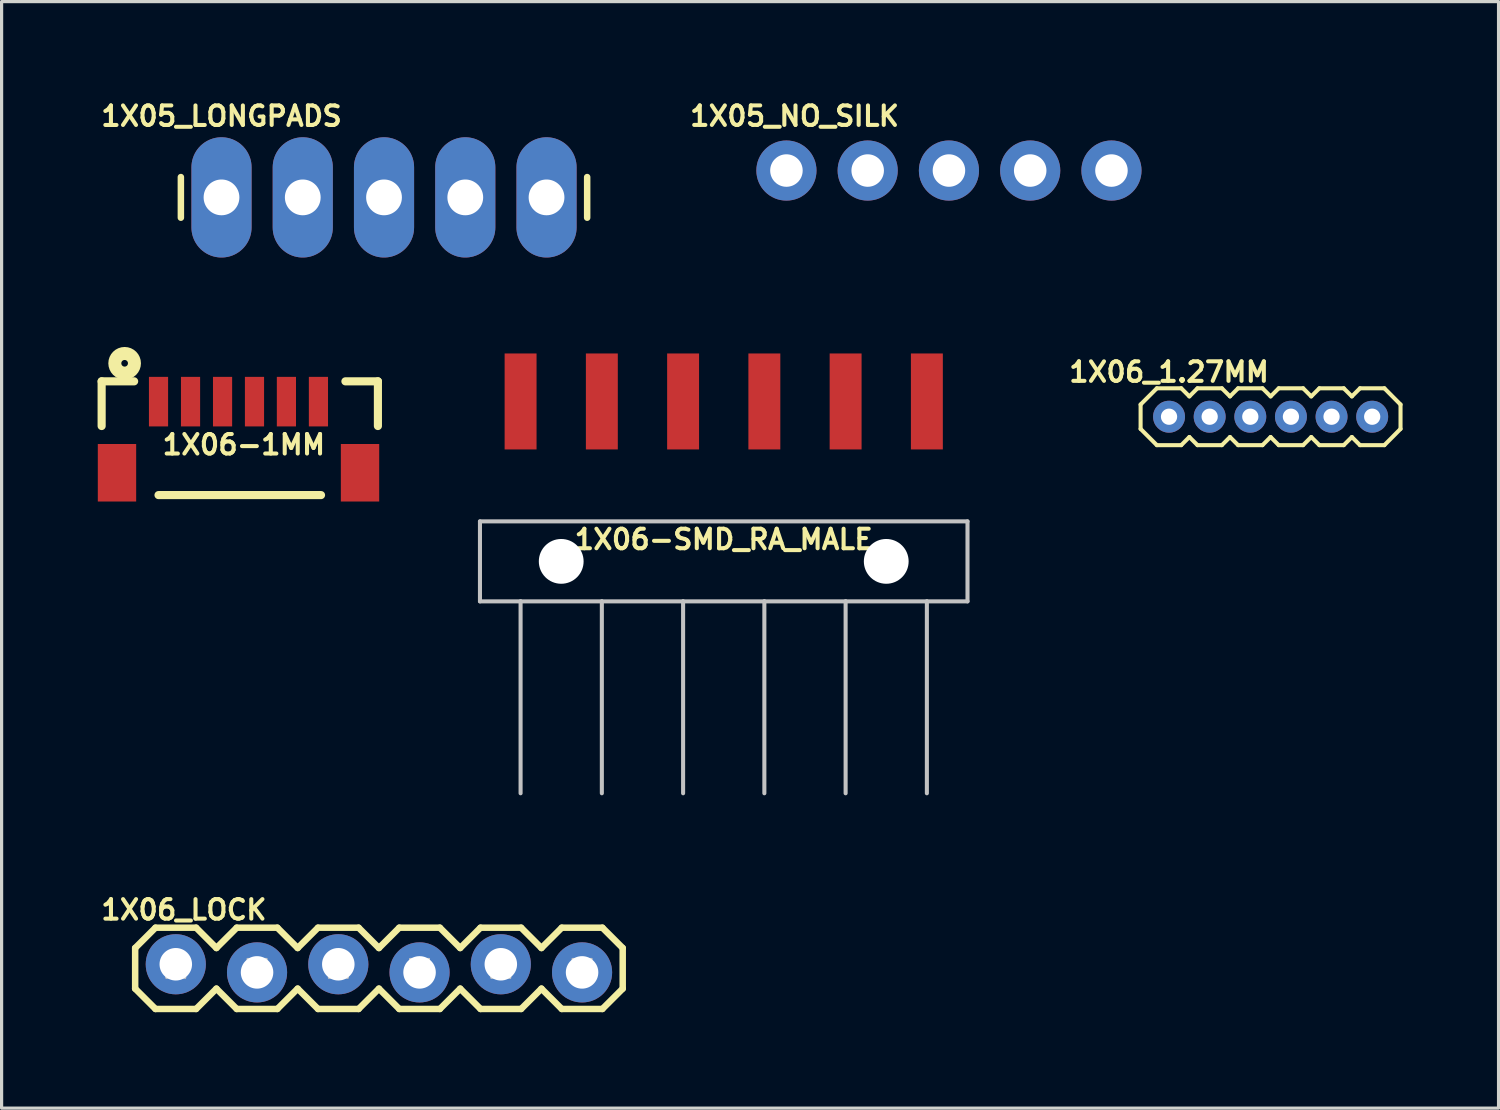
<source format=kicad_pcb>
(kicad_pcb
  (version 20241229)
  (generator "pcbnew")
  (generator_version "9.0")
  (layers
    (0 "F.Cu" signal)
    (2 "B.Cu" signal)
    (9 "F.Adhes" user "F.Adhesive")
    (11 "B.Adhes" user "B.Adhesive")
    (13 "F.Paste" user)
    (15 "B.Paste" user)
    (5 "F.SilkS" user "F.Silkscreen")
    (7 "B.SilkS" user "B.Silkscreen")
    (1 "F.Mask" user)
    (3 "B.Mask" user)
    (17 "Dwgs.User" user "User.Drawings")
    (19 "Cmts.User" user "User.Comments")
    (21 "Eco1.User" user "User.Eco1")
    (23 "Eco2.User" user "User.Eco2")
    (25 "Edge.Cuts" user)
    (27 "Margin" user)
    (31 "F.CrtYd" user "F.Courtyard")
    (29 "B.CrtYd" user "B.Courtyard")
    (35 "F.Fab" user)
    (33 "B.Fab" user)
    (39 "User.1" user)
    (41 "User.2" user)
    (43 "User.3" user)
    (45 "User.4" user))
  (footprint "1X06_LOCK"
    (layer "F.Cu")
    (at 2.445 27.092)
    (property "Reference" "1X06_LOCK" (at 0.254 -1.702 0) (layer "F.SilkS") (effects (font (size 0.61 0.61) (thickness 0.127))))
    (attr exclude_from_pos_files exclude_from_bom)
    (fp_line (start -1.27 -0.508) (end -0.635 -1.143) (stroke (width 0.203) (type solid)) (layer "F.SilkS"))
    (fp_line (start -1.27 0.762) (end -1.27 -0.508) (stroke (width 0.203) (type solid)) (layer "F.SilkS"))
    (fp_line (start -0.635 -1.143) (end 0.635 -1.143) (stroke (width 0.203) (type solid)) (layer "F.SilkS"))
    (fp_line (start -0.635 1.397) (end -1.27 0.762) (stroke (width 0.203) (type solid)) (layer "F.SilkS"))
    (fp_line (start 0.635 -1.143) (end 1.27 -0.508) (stroke (width 0.203) (type solid)) (layer "F.SilkS"))
    (fp_line (start 0.635 1.397) (end -0.635 1.397) (stroke (width 0.203) (type solid)) (layer "F.SilkS"))
    (fp_line (start 1.27 -0.508) (end 1.905 -1.143) (stroke (width 0.203) (type solid)) (layer "F.SilkS"))
    (fp_line (start 1.27 0.762) (end 0.635 1.397) (stroke (width 0.203) (type solid)) (layer "F.SilkS"))
    (fp_line (start 1.905 -1.143) (end 3.175 -1.143) (stroke (width 0.203) (type solid)) (layer "F.SilkS"))
    (fp_line (start 1.905 1.397) (end 1.27 0.762) (stroke (width 0.203) (type solid)) (layer "F.SilkS"))
    (fp_line (start 3.175 -1.143) (end 3.81 -0.508) (stroke (width 0.203) (type solid)) (layer "F.SilkS"))
    (fp_line (start 3.175 1.397) (end 1.905 1.397) (stroke (width 0.203) (type solid)) (layer "F.SilkS"))
    (fp_line (start 3.81 -0.508) (end 4.445 -1.143) (stroke (width 0.203) (type solid)) (layer "F.SilkS"))
    (fp_line (start 3.81 0.762) (end 3.175 1.397) (stroke (width 0.203) (type solid)) (layer "F.SilkS"))
    (fp_line (start 4.445 -1.143) (end 5.715 -1.143) (stroke (width 0.203) (type solid)) (layer "F.SilkS"))
    (fp_line (start 4.445 1.397) (end 3.81 0.762) (stroke (width 0.203) (type solid)) (layer "F.SilkS"))
    (fp_line (start 5.715 -1.143) (end 6.35 -0.508) (stroke (width 0.203) (type solid)) (layer "F.SilkS"))
    (fp_line (start 5.715 1.397) (end 4.445 1.397) (stroke (width 0.203) (type solid)) (layer "F.SilkS"))
    (fp_line (start 6.35 -0.508) (end 6.985 -1.143) (stroke (width 0.203) (type solid)) (layer "F.SilkS"))
    (fp_line (start 6.35 0.762) (end 5.715 1.397) (stroke (width 0.203) (type solid)) (layer "F.SilkS"))
    (fp_line (start 6.985 -1.143) (end 8.255 -1.143) (stroke (width 0.203) (type solid)) (layer "F.SilkS"))
    (fp_line (start 6.985 1.397) (end 6.35 0.762) (stroke (width 0.203) (type solid)) (layer "F.SilkS"))
    (fp_line (start 8.255 -1.143) (end 8.89 -0.508) (stroke (width 0.203) (type solid)) (layer "F.SilkS"))
    (fp_line (start 8.255 1.397) (end 6.985 1.397) (stroke (width 0.203) (type solid)) (layer "F.SilkS"))
    (fp_line (start 8.89 -0.508) (end 9.525 -1.143) (stroke (width 0.203) (type solid)) (layer "F.SilkS"))
    (fp_line (start 8.89 0.762) (end 8.255 1.397) (stroke (width 0.203) (type solid)) (layer "F.SilkS"))
    (fp_line (start 9.525 -1.143) (end 10.795 -1.143) (stroke (width 0.203) (type solid)) (layer "F.SilkS"))
    (fp_line (start 9.525 1.397) (end 8.89 0.762) (stroke (width 0.203) (type solid)) (layer "F.SilkS"))
    (fp_line (start 10.795 -1.143) (end 11.43 -0.508) (stroke (width 0.203) (type solid)) (layer "F.SilkS"))
    (fp_line (start 10.795 1.397) (end 9.525 1.397) (stroke (width 0.203) (type solid)) (layer "F.SilkS"))
    (fp_line (start 11.43 -0.508) (end 12.065 -1.143) (stroke (width 0.203) (type solid)) (layer "F.SilkS"))
    (fp_line (start 11.43 0.762) (end 10.795 1.397) (stroke (width 0.203) (type solid)) (layer "F.SilkS"))
    (fp_line (start 12.065 -1.143) (end 13.335 -1.143) (stroke (width 0.203) (type solid)) (layer "F.SilkS"))
    (fp_line (start 12.065 1.397) (end 11.43 0.762) (stroke (width 0.203) (type solid)) (layer "F.SilkS"))
    (fp_line (start 13.335 -1.143) (end 13.97 -0.508) (stroke (width 0.203) (type solid)) (layer "F.SilkS"))
    (fp_line (start 13.335 1.397) (end 12.065 1.397) (stroke (width 0.203) (type solid)) (layer "F.SilkS"))
    (fp_line (start 13.97 -0.508) (end 13.97 0.762) (stroke (width 0.203) (type solid)) (layer "F.SilkS"))
    (fp_line (start 13.97 0.762) (end 13.335 1.397) (stroke (width 0.203) (type solid)) (layer "F.SilkS"))
    (fp_line (start -0.292 -0.165) (end 0.292 -0.165) (stroke (width 0.066) (type solid)) (layer "Dwgs.User"))
    (fp_line (start -0.292 0.419) (end -0.292 -0.165) (stroke (width 0.066) (type solid)) (layer "Dwgs.User"))
    (fp_line (start -0.292 0.419) (end 0.292 0.419) (stroke (width 0.066) (type solid)) (layer "Dwgs.User"))
    (fp_line (start 0.292 0.419) (end 0.292 -0.165) (stroke (width 0.066) (type solid)) (layer "Dwgs.User"))
    (fp_line (start 2.248 -0.165) (end 2.832 -0.165) (stroke (width 0.066) (type solid)) (layer "Dwgs.User"))
    (fp_line (start 2.248 0.419) (end 2.248 -0.165) (stroke (width 0.066) (type solid)) (layer "Dwgs.User"))
    (fp_line (start 2.248 0.419) (end 2.832 0.419) (stroke (width 0.066) (type solid)) (layer "Dwgs.User"))
    (fp_line (start 2.832 0.419) (end 2.832 -0.165) (stroke (width 0.066) (type solid)) (layer "Dwgs.User"))
    (fp_line (start 4.788 -0.165) (end 5.372 -0.165) (stroke (width 0.066) (type solid)) (layer "Dwgs.User"))
    (fp_line (start 4.788 0.419) (end 4.788 -0.165) (stroke (width 0.066) (type solid)) (layer "Dwgs.User"))
    (fp_line (start 4.788 0.419) (end 5.372 0.419) (stroke (width 0.066) (type solid)) (layer "Dwgs.User"))
    (fp_line (start 5.372 0.419) (end 5.372 -0.165) (stroke (width 0.066) (type solid)) (layer "Dwgs.User"))
    (fp_line (start 7.328 -0.165) (end 7.912 -0.165) (stroke (width 0.066) (type solid)) (layer "Dwgs.User"))
    (fp_line (start 7.328 0.419) (end 7.328 -0.165) (stroke (width 0.066) (type solid)) (layer "Dwgs.User"))
    (fp_line (start 7.328 0.419) (end 7.912 0.419) (stroke (width 0.066) (type solid)) (layer "Dwgs.User"))
    (fp_line (start 7.912 0.419) (end 7.912 -0.165) (stroke (width 0.066) (type solid)) (layer "Dwgs.User"))
    (fp_line (start 9.868 -0.165) (end 10.452 -0.165) (stroke (width 0.066) (type solid)) (layer "Dwgs.User"))
    (fp_line (start 9.868 0.419) (end 9.868 -0.165) (stroke (width 0.066) (type solid)) (layer "Dwgs.User"))
    (fp_line (start 9.868 0.419) (end 10.452 0.419) (stroke (width 0.066) (type solid)) (layer "Dwgs.User"))
    (fp_line (start 10.452 0.419) (end 10.452 -0.165) (stroke (width 0.066) (type solid)) (layer "Dwgs.User"))
    (fp_line (start 12.408 -0.165) (end 12.992 -0.165) (stroke (width 0.066) (type solid)) (layer "Dwgs.User"))
    (fp_line (start 12.408 0.419) (end 12.408 -0.165) (stroke (width 0.066) (type solid)) (layer "Dwgs.User"))
    (fp_line (start 12.408 0.419) (end 12.992 0.419) (stroke (width 0.066) (type solid)) (layer "Dwgs.User"))
    (fp_line (start 12.992 0.419) (end 12.992 -0.165) (stroke (width 0.066) (type solid)) (layer "Dwgs.User"))
    (pad "1" thru_hole circle (at 0 0) (size 1.88 1.88) (drill 1.016) (layers "*.Cu" "*.Paste" "*.Mask"))
    (pad "2" thru_hole circle (at 2.54 0.254) (size 1.88 1.88) (drill 1.016) (layers "*.Cu" "*.Paste" "*.Mask"))
    (pad "3" thru_hole circle (at 5.08 0) (size 1.88 1.88) (drill 1.016) (layers "*.Cu" "*.Paste" "*.Mask"))
    (pad "4" thru_hole circle (at 7.62 0.254) (size 1.88 1.88) (drill 1.016) (layers "*.Cu" "*.Paste" "*.Mask"))
    (pad "5" thru_hole circle (at 10.16 0) (size 1.88 1.88) (drill 1.016) (layers "*.Cu" "*.Paste" "*.Mask"))
    (pad "6" thru_hole circle (at 12.7 0.254) (size 1.88 1.88) (drill 1.016) (layers "*.Cu" "*.Paste" "*.Mask")))
  (footprint "1X05_LONGPADS"
    (layer "F.Cu")
    (at 3.874 3.12)
    (property "Reference" "1X05_LONGPADS" (at 0 -2.54 0) (layer "F.SilkS") (effects (font (size 0.61 0.61) (thickness 0.127))))
    (attr exclude_from_pos_files exclude_from_bom)
    (fp_line (start -1.27 -0.635) (end -1.27 0.635) (stroke (width 0.203) (type solid)) (layer "F.SilkS"))
    (fp_line (start 11.43 -0.635) (end 11.43 0.635) (stroke (width 0.203) (type solid)) (layer "F.SilkS"))
    (pad "1" thru_hole oval (at 0 0 180) (size 1.88 3.759) (drill 1.118) (layers "*.Cu" "*.Paste" "*.Mask"))
    (pad "2" thru_hole oval (at 2.54 0 180) (size 1.88 3.759) (drill 1.118) (layers "*.Cu" "*.Paste" "*.Mask"))
    (pad "3" thru_hole oval (at 5.08 0 180) (size 1.88 3.759) (drill 1.118) (layers "*.Cu" "*.Paste" "*.Mask"))
    (pad "4" thru_hole oval (at 7.62 0 180) (size 1.88 3.759) (drill 1.118) (layers "*.Cu" "*.Paste" "*.Mask"))
    (pad "5" thru_hole oval (at 10.16 0 180) (size 1.88 3.759) (drill 1.118) (layers "*.Cu" "*.Paste" "*.Mask")))
  (footprint "1X06-SMD_RA_MALE"
    (layer "F.Cu")
    (at 19.573 14.498)
    (property "Reference" "1X06-SMD_RA_MALE" (at 0 -0.686 0) (layer "F.SilkS") (effects (font (size 0.61 0.61) (thickness 0.127))))
    (attr smd)
    (fp_line (start -7.62 -1.25) (end -7.62 1.25) (stroke (width 0.127) (type solid)) (layer "Dwgs.User"))
    (fp_line (start -7.62 1.25) (end -6.35 1.25) (stroke (width 0.127) (type solid)) (layer "Dwgs.User"))
    (fp_line (start -6.35 1.25) (end -6.35 7.249) (stroke (width 0.127) (type solid)) (layer "Dwgs.User"))
    (fp_line (start -6.35 1.25) (end -3.81 1.25) (stroke (width 0.127) (type solid)) (layer "Dwgs.User"))
    (fp_line (start -3.81 1.25) (end -3.81 7.249) (stroke (width 0.127) (type solid)) (layer "Dwgs.User"))
    (fp_line (start -3.81 1.25) (end -1.27 1.25) (stroke (width 0.127) (type solid)) (layer "Dwgs.User"))
    (fp_line (start -1.27 1.25) (end -1.27 7.249) (stroke (width 0.127) (type solid)) (layer "Dwgs.User"))
    (fp_line (start -1.27 1.25) (end 1.27 1.25) (stroke (width 0.127) (type solid)) (layer "Dwgs.User"))
    (fp_line (start 1.27 1.25) (end 1.27 7.249) (stroke (width 0.127) (type solid)) (layer "Dwgs.User"))
    (fp_line (start 1.27 1.25) (end 3.81 1.25) (stroke (width 0.127) (type solid)) (layer "Dwgs.User"))
    (fp_line (start 3.81 1.25) (end 3.81 7.249) (stroke (width 0.127) (type solid)) (layer "Dwgs.User"))
    (fp_line (start 3.81 1.25) (end 6.35 1.25) (stroke (width 0.127) (type solid)) (layer "Dwgs.User"))
    (fp_line (start 6.35 1.25) (end 6.35 7.249) (stroke (width 0.127) (type solid)) (layer "Dwgs.User"))
    (fp_line (start 6.35 1.25) (end 7.62 1.25) (stroke (width 0.127) (type solid)) (layer "Dwgs.User"))
    (fp_line (start 7.62 -1.25) (end -7.62 -1.25) (stroke (width 0.127) (type solid)) (layer "Dwgs.User"))
    (fp_line (start 7.62 1.25) (end 7.62 -1.25) (stroke (width 0.127) (type solid)) (layer "Dwgs.User"))
    (pad "" np_thru_hole circle (at -5.08 0) (size 1.4 1.4) (drill 1.4) (layers "*.Cu" "*.Mask"))
    (pad "" np_thru_hole circle (at 5.08 0) (size 1.4 1.4) (drill 1.4) (layers "*.Cu" "*.Mask"))
    (pad "1" smd rect (at -6.35 -4.999 90) (size 3 0.998) (layers "F.Cu" "F.Mask" "F.Paste"))
    (pad "2" smd rect (at -3.81 -4.999 90) (size 3 0.998) (layers "F.Cu" "F.Mask" "F.Paste"))
    (pad "3" smd rect (at -1.27 -4.999 90) (size 3 0.998) (layers "F.Cu" "F.Mask" "F.Paste"))
    (pad "4" smd rect (at 1.27 -4.999 90) (size 3 0.998) (layers "F.Cu" "F.Mask" "F.Paste"))
    (pad "5" smd rect (at 3.81 -4.999 90) (size 3 0.998) (layers "F.Cu" "F.Mask" "F.Paste"))
    (pad "6" smd rect (at 6.35 -4.999 90) (size 3 0.998) (layers "F.Cu" "F.Mask" "F.Paste")))
  (footprint "1X05_NO_SILK"
    (layer "F.Cu")
    (at 21.533 2.281)
    (property "Reference" "1X05_NO_SILK" (at 0.254 -1.702 0) (layer "F.SilkS") (effects (font (size 0.61 0.61) (thickness 0.127))))
    (attr exclude_from_pos_files exclude_from_bom)
    (fp_line (start -0.254 -0.254) (end 0.254 -0.254) (stroke (width 0.066) (type solid)) (layer "Dwgs.User"))
    (fp_line (start -0.254 0.254) (end -0.254 -0.254) (stroke (width 0.066) (type solid)) (layer "Dwgs.User"))
    (fp_line (start -0.254 0.254) (end 0.254 0.254) (stroke (width 0.066) (type solid)) (layer "Dwgs.User"))
    (fp_line (start 0.254 0.254) (end 0.254 -0.254) (stroke (width 0.066) (type solid)) (layer "Dwgs.User"))
    (fp_line (start 2.286 -0.254) (end 2.794 -0.254) (stroke (width 0.066) (type solid)) (layer "Dwgs.User"))
    (fp_line (start 2.286 0.254) (end 2.286 -0.254) (stroke (width 0.066) (type solid)) (layer "Dwgs.User"))
    (fp_line (start 2.286 0.254) (end 2.794 0.254) (stroke (width 0.066) (type solid)) (layer "Dwgs.User"))
    (fp_line (start 2.794 0.254) (end 2.794 -0.254) (stroke (width 0.066) (type solid)) (layer "Dwgs.User"))
    (fp_line (start 4.826 -0.254) (end 5.334 -0.254) (stroke (width 0.066) (type solid)) (layer "Dwgs.User"))
    (fp_line (start 4.826 0.254) (end 4.826 -0.254) (stroke (width 0.066) (type solid)) (layer "Dwgs.User"))
    (fp_line (start 4.826 0.254) (end 5.334 0.254) (stroke (width 0.066) (type solid)) (layer "Dwgs.User"))
    (fp_line (start 5.334 0.254) (end 5.334 -0.254) (stroke (width 0.066) (type solid)) (layer "Dwgs.User"))
    (fp_line (start 7.366 -0.254) (end 7.874 -0.254) (stroke (width 0.066) (type solid)) (layer "Dwgs.User"))
    (fp_line (start 7.366 0.254) (end 7.366 -0.254) (stroke (width 0.066) (type solid)) (layer "Dwgs.User"))
    (fp_line (start 7.366 0.254) (end 7.874 0.254) (stroke (width 0.066) (type solid)) (layer "Dwgs.User"))
    (fp_line (start 7.874 0.254) (end 7.874 -0.254) (stroke (width 0.066) (type solid)) (layer "Dwgs.User"))
    (fp_line (start 9.906 -0.254) (end 10.414 -0.254) (stroke (width 0.066) (type solid)) (layer "Dwgs.User"))
    (fp_line (start 9.906 0.254) (end 9.906 -0.254) (stroke (width 0.066) (type solid)) (layer "Dwgs.User"))
    (fp_line (start 9.906 0.254) (end 10.414 0.254) (stroke (width 0.066) (type solid)) (layer "Dwgs.User"))
    (fp_line (start 10.414 0.254) (end 10.414 -0.254) (stroke (width 0.066) (type solid)) (layer "Dwgs.User"))
    (pad "1" thru_hole circle (at 0 0) (size 1.88 1.88) (drill 1.016) (layers "*.Cu" "*.Paste" "*.Mask"))
    (pad "2" thru_hole circle (at 2.54 0) (size 1.88 1.88) (drill 1.016) (layers "*.Cu" "*.Paste" "*.Mask"))
    (pad "3" thru_hole circle (at 5.08 0) (size 1.88 1.88) (drill 1.016) (layers "*.Cu" "*.Paste" "*.Mask"))
    (pad "4" thru_hole circle (at 7.62 0) (size 1.88 1.88) (drill 1.016) (layers "*.Cu" "*.Paste" "*.Mask"))
    (pad "5" thru_hole circle (at 10.16 0) (size 1.88 1.88) (drill 1.016) (layers "*.Cu" "*.Paste" "*.Mask")))
  (footprint "1X06-1MM"
    (layer "F.Cu")
    (at 4.445 10.775)
    (property "Reference" "1X06-1MM" (at 0.127 0.076 0) (layer "F.SilkS") (effects (font (size 0.61 0.61) (thickness 0.127))))
    (attr smd)
    (fp_line (start -4.318 -1.905) (end -3.302 -1.905) (stroke (width 0.254) (type solid)) (layer "F.SilkS"))
    (fp_line (start -4.318 -0.508) (end -4.318 -1.905) (stroke (width 0.254) (type solid)) (layer "F.SilkS"))
    (fp_line (start -2.54 1.651) (end 2.54 1.651) (stroke (width 0.254) (type solid)) (layer "F.SilkS"))
    (fp_line (start 3.302 -1.905) (end 4.318 -1.905) (stroke (width 0.254) (type solid)) (layer "F.SilkS"))
    (fp_line (start 4.318 -1.905) (end 4.318 -0.508) (stroke (width 0.254) (type solid)) (layer "F.SilkS"))
    (fp_circle (center -3.599 -2.469) (end -3.599 -2.573) (stroke (width 0.406) (type solid)) (fill no) (layer "F.SilkS"))
    (pad "1" smd rect (at -2.54 -1.27) (size 0.599 1.549) (layers "F.Cu" "F.Mask" "F.Paste"))
    (pad "2" smd rect (at -1.539 -1.27) (size 0.599 1.549) (layers "F.Cu" "F.Mask" "F.Paste"))
    (pad "3" smd rect (at -0.538 -1.27) (size 0.599 1.549) (layers "F.Cu" "F.Mask" "F.Paste"))
    (pad "4" smd rect (at 0.46 -1.27) (size 0.599 1.549) (layers "F.Cu" "F.Mask" "F.Paste"))
    (pad "5" smd rect (at 1.458 -1.27) (size 0.599 1.549) (layers "F.Cu" "F.Mask" "F.Paste"))
    (pad "6" smd rect (at 2.459 -1.27) (size 0.599 1.549) (layers "F.Cu" "F.Mask" "F.Paste"))
    (pad "P$1" smd rect (at -3.838 0.953) (size 1.199 1.798) (layers "F.Cu" "F.Mask" "F.Paste"))
    (pad "P$2" smd rect (at 3.759 0.953) (size 1.199 1.798) (layers "F.Cu" "F.Mask" "F.Paste")))
  (footprint "1X06_1.27MM"
    (layer "F.Cu")
    (at 33.493 9.976)
    (property "Reference" "1X06_1.27MM" (at 0 -1.397 0) (layer "F.SilkS") (effects (font (size 0.61 0.61) (thickness 0.127))))
    (attr exclude_from_pos_files exclude_from_bom)
    (fp_line (start -0.889 -0.381) (end -0.889 0.381) (stroke (width 0.127) (type solid)) (layer "F.SilkS"))
    (fp_line (start -0.889 0.381) (end -0.381 0.889) (stroke (width 0.127) (type solid)) (layer "F.SilkS"))
    (fp_line (start -0.381 -0.889) (end -0.889 -0.381) (stroke (width 0.127) (type solid)) (layer "F.SilkS"))
    (fp_line (start -0.381 0.889) (end 0.381 0.889) (stroke (width 0.127) (type solid)) (layer "F.SilkS"))
    (fp_line (start 0.381 -0.889) (end -0.381 -0.889) (stroke (width 0.127) (type solid)) (layer "F.SilkS"))
    (fp_line (start 0.381 0.889) (end 0.635 0.635) (stroke (width 0.127) (type solid)) (layer "F.SilkS"))
    (fp_line (start 0.635 -0.635) (end 0.381 -0.889) (stroke (width 0.127) (type solid)) (layer "F.SilkS"))
    (fp_line (start 0.635 0.635) (end 0.889 0.889) (stroke (width 0.127) (type solid)) (layer "F.SilkS"))
    (fp_line (start 0.889 -0.889) (end 0.635 -0.635) (stroke (width 0.127) (type solid)) (layer "F.SilkS"))
    (fp_line (start 0.889 0.889) (end 1.651 0.889) (stroke (width 0.127) (type solid)) (layer "F.SilkS"))
    (fp_line (start 1.651 -0.889) (end 0.889 -0.889) (stroke (width 0.127) (type solid)) (layer "F.SilkS"))
    (fp_line (start 1.651 0.889) (end 1.905 0.635) (stroke (width 0.127) (type solid)) (layer "F.SilkS"))
    (fp_line (start 1.905 -0.635) (end 1.651 -0.889) (stroke (width 0.127) (type solid)) (layer "F.SilkS"))
    (fp_line (start 1.905 0.635) (end 2.159 0.889) (stroke (width 0.127) (type solid)) (layer "F.SilkS"))
    (fp_line (start 2.159 -0.889) (end 1.905 -0.635) (stroke (width 0.127) (type solid)) (layer "F.SilkS"))
    (fp_line (start 2.159 0.889) (end 2.921 0.889) (stroke (width 0.127) (type solid)) (layer "F.SilkS"))
    (fp_line (start 2.921 -0.889) (end 2.159 -0.889) (stroke (width 0.127) (type solid)) (layer "F.SilkS"))
    (fp_line (start 2.921 0.889) (end 3.175 0.635) (stroke (width 0.127) (type solid)) (layer "F.SilkS"))
    (fp_line (start 3.175 -0.635) (end 2.921 -0.889) (stroke (width 0.127) (type solid)) (layer "F.SilkS"))
    (fp_line (start 3.175 0.635) (end 3.429 0.889) (stroke (width 0.127) (type solid)) (layer "F.SilkS"))
    (fp_line (start 3.429 -0.889) (end 3.175 -0.635) (stroke (width 0.127) (type solid)) (layer "F.SilkS"))
    (fp_line (start 3.429 0.889) (end 4.191 0.889) (stroke (width 0.127) (type solid)) (layer "F.SilkS"))
    (fp_line (start 4.191 -0.889) (end 3.429 -0.889) (stroke (width 0.127) (type solid)) (layer "F.SilkS"))
    (fp_line (start 4.191 0.889) (end 4.445 0.635) (stroke (width 0.127) (type solid)) (layer "F.SilkS"))
    (fp_line (start 4.445 -0.635) (end 4.191 -0.889) (stroke (width 0.127) (type solid)) (layer "F.SilkS"))
    (fp_line (start 4.445 0.635) (end 4.699 0.889) (stroke (width 0.127) (type solid)) (layer "F.SilkS"))
    (fp_line (start 4.699 -0.889) (end 4.445 -0.635) (stroke (width 0.127) (type solid)) (layer "F.SilkS"))
    (fp_line (start 4.699 0.889) (end 5.461 0.889) (stroke (width 0.127) (type solid)) (layer "F.SilkS"))
    (fp_line (start 5.461 -0.889) (end 4.699 -0.889) (stroke (width 0.127) (type solid)) (layer "F.SilkS"))
    (fp_line (start 5.461 0.889) (end 5.715 0.635) (stroke (width 0.127) (type solid)) (layer "F.SilkS"))
    (fp_line (start 5.715 -0.635) (end 5.461 -0.889) (stroke (width 0.127) (type solid)) (layer "F.SilkS"))
    (fp_line (start 5.715 0.635) (end 5.969 0.889) (stroke (width 0.127) (type solid)) (layer "F.SilkS"))
    (fp_line (start 5.969 -0.889) (end 5.715 -0.635) (stroke (width 0.127) (type solid)) (layer "F.SilkS"))
    (fp_line (start 5.969 0.889) (end 6.731 0.889) (stroke (width 0.127) (type solid)) (layer "F.SilkS"))
    (fp_line (start 6.731 -0.889) (end 5.969 -0.889) (stroke (width 0.127) (type solid)) (layer "F.SilkS"))
    (fp_line (start 6.731 -0.889) (end 7.236 -0.381) (stroke (width 0.127) (type solid)) (layer "F.SilkS"))
    (fp_line (start 7.236 -0.381) (end 7.236 0.381) (stroke (width 0.127) (type solid)) (layer "F.SilkS"))
    (fp_line (start 7.236 0.381) (end 6.731 0.889) (stroke (width 0.127) (type solid)) (layer "F.SilkS"))
    (pad "1" thru_hole circle (at 0 0) (size 0.998 0.998) (drill 0.508) (layers "*.Cu" "*.Paste" "*.Mask"))
    (pad "2" thru_hole circle (at 1.27 0) (size 0.998 0.998) (drill 0.508) (layers "*.Cu" "*.Paste" "*.Mask"))
    (pad "3" thru_hole circle (at 2.54 0) (size 0.998 0.998) (drill 0.508) (layers "*.Cu" "*.Paste" "*.Mask"))
    (pad "4" thru_hole circle (at 3.81 0) (size 0.998 0.998) (drill 0.508) (layers "*.Cu" "*.Paste" "*.Mask"))
    (pad "5" thru_hole circle (at 5.08 0) (size 0.998 0.998) (drill 0.508) (layers "*.Cu" "*.Paste" "*.Mask"))
    (pad "6" thru_hole circle (at 6.35 0) (size 0.998 0.998) (drill 0.508) (layers "*.Cu" "*.Paste" "*.Mask")))
  (gr_rect
    (start -3 -3)
    (end 43.793 31.59)
    (stroke (width 0.1) (type default))
    (fill no)
    (layer "Edge.Cuts")))
</source>
